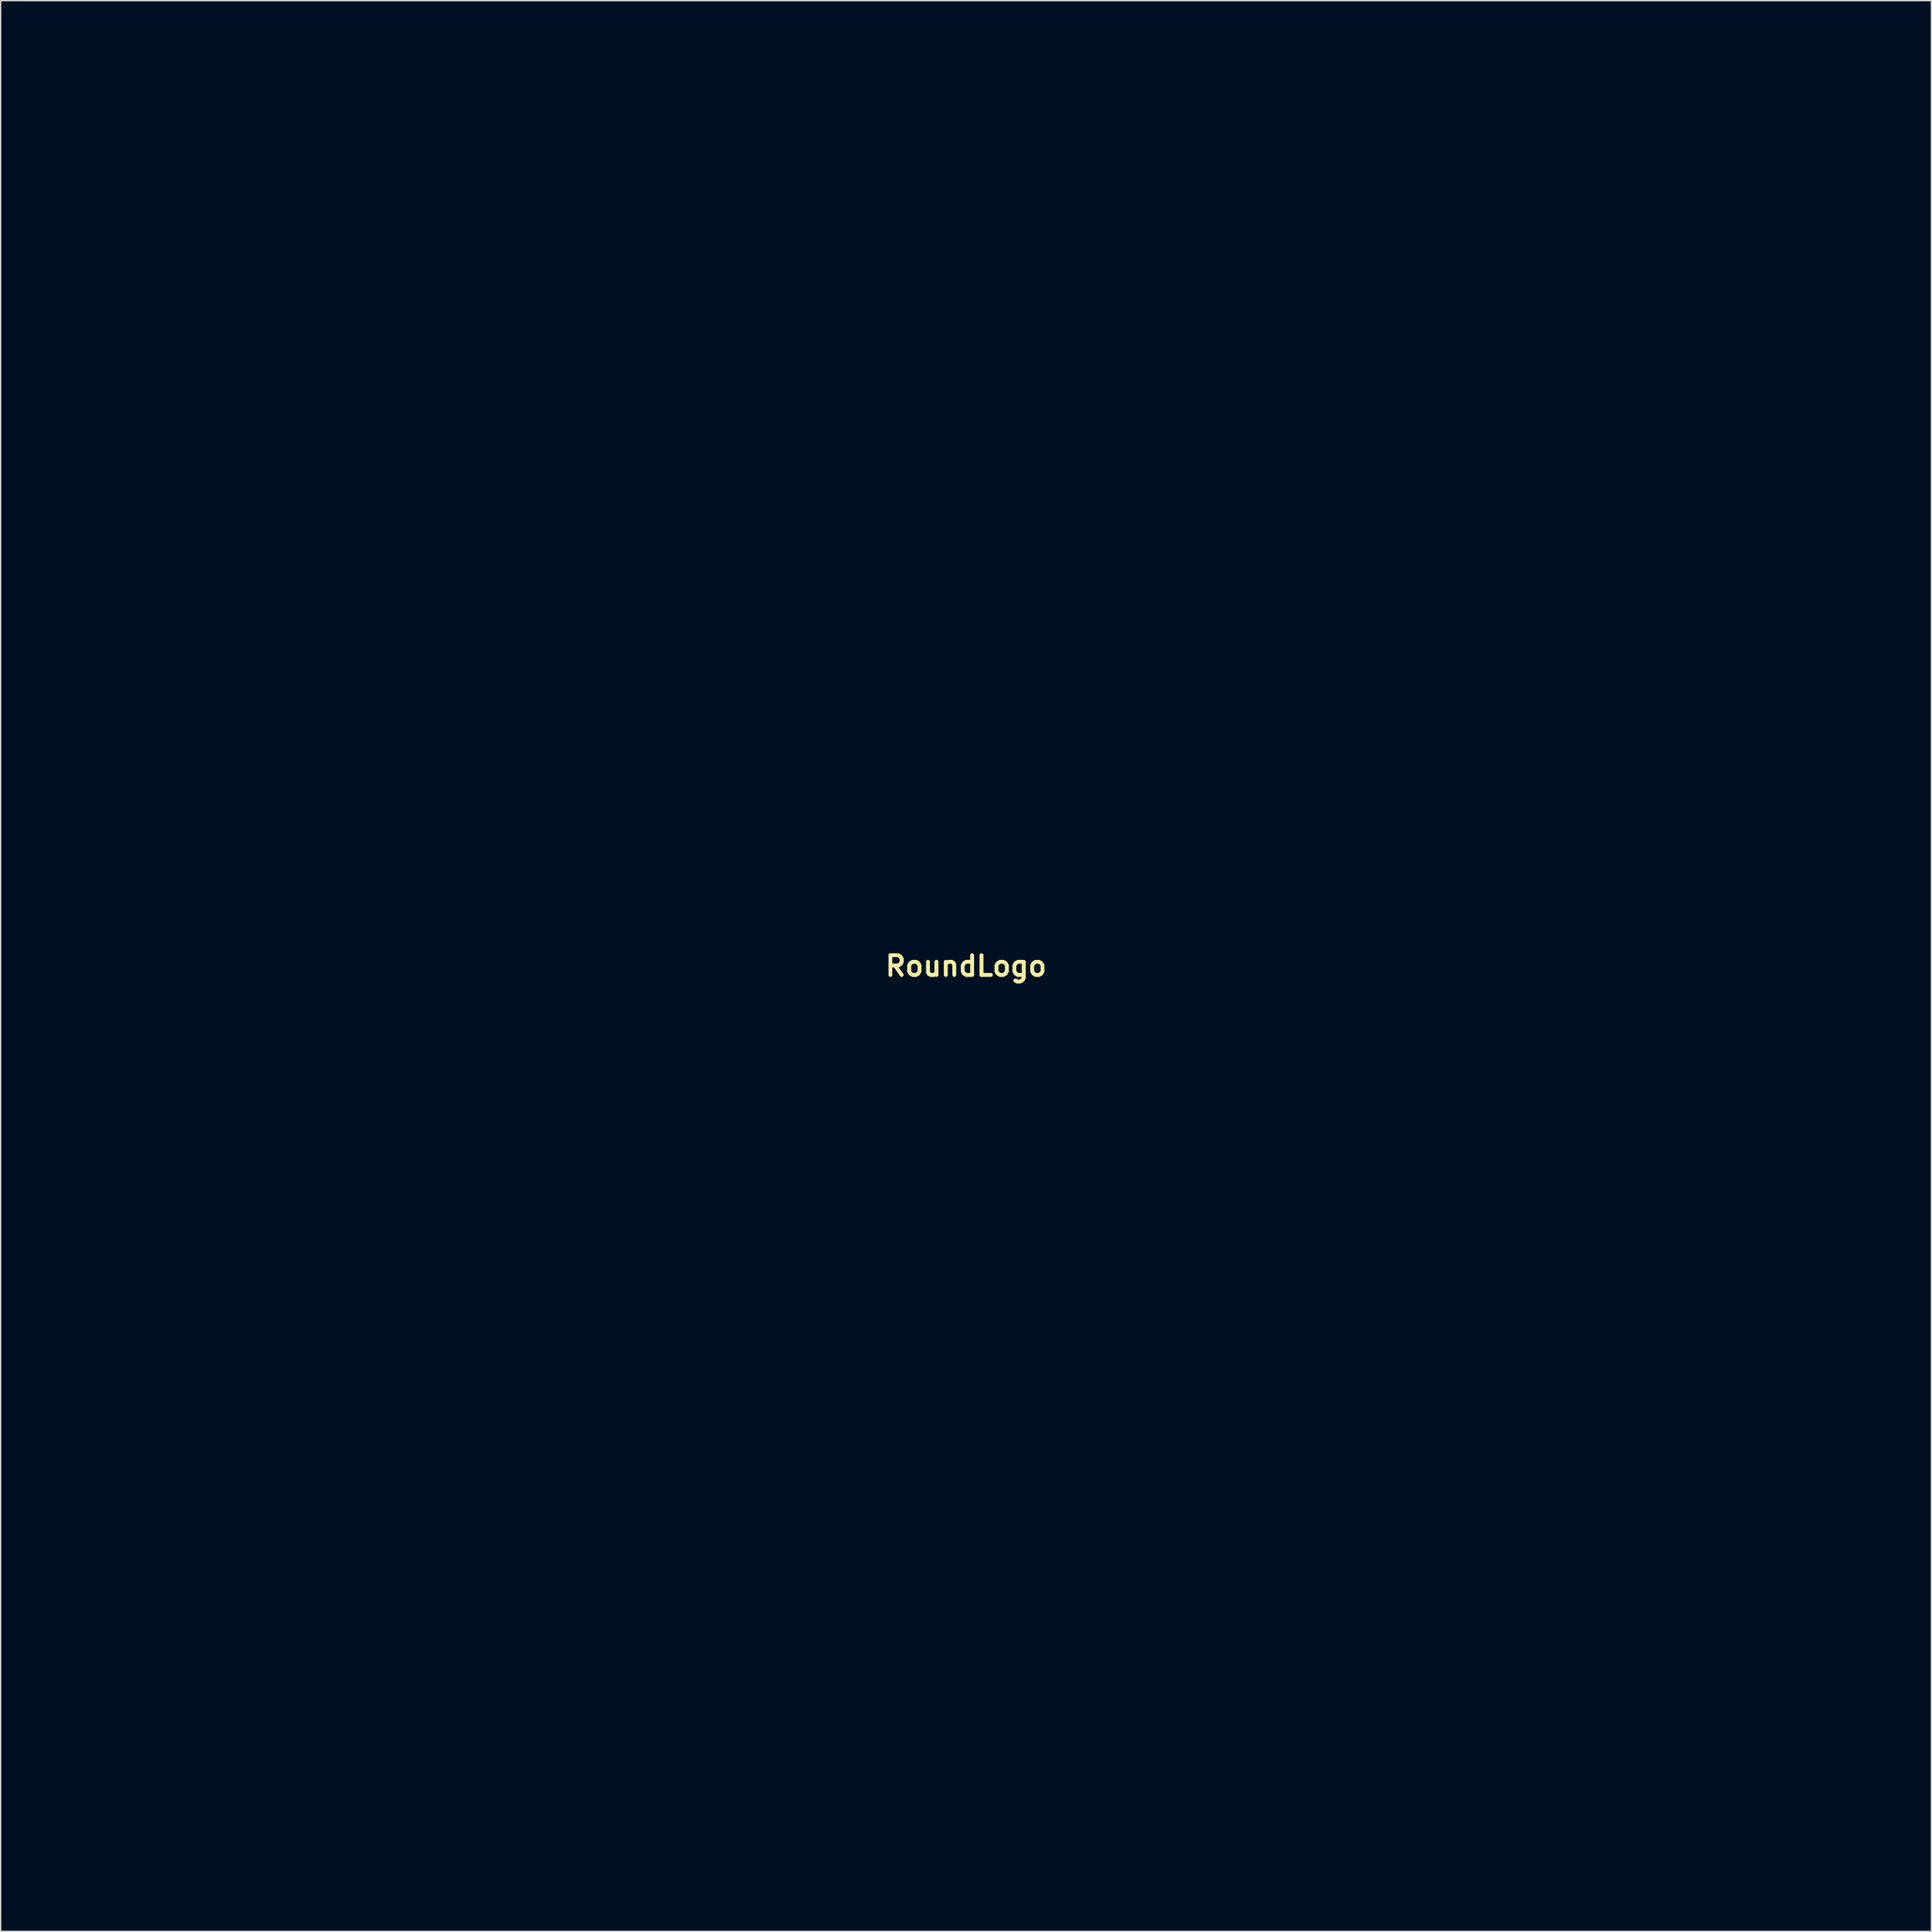
<source format=kicad_pcb>
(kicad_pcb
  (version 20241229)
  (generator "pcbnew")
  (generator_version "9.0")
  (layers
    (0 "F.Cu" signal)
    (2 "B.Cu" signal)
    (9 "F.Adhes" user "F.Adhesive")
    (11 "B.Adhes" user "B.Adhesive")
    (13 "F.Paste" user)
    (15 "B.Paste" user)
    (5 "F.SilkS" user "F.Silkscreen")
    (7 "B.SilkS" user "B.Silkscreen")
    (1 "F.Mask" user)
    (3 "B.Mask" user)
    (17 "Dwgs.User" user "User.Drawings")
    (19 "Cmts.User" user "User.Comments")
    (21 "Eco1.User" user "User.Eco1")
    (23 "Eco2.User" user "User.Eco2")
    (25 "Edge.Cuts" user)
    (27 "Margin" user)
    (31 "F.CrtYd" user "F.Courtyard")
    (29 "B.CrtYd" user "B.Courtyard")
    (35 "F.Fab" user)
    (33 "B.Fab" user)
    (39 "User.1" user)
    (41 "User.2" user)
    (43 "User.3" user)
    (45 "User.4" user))
  (footprint "RoundLogo"
    (layer "F.Cu")
    (at 71.601 71.601)
    (property "Reference" "RoundLogo" (at 0 0 0) (layer "F.SilkS") (effects (font (size 1.524 1.524) (thickness 0.3))))
    (attr through_hole)
    (fp_poly (pts (xy -26.686 5.054) (xy -26.077 5.135) (xy -25.476 5.274) (xy -24.888 5.47) (xy -24.319 5.723) (xy -23.93 5.937) (xy -23.423 6.272) (xy -22.944 6.657) (xy -22.503 7.082) (xy -22.105 7.541) (xy -21.76 8.025) (xy -21.718 8.092) (xy -21.402 8.658) (xy -21.147 9.24) (xy -20.954 9.838) (xy -20.821 10.454) (xy -20.748 11.089) (xy -20.733 11.558) (xy -20.763 12.196) (xy -20.853 12.817) (xy -21 13.419) (xy -21.201 13.997) (xy -21.455 14.549) (xy -21.758 15.072) (xy -22.108 15.563) (xy -22.502 16.02) (xy -22.939 16.439) (xy -23.416 16.818) (xy -23.93 17.154) (xy -24.479 17.443) (xy -25.06 17.684) (xy -25.671 17.872) (xy -26.194 17.986) (xy -26.352 18.007) (xy -26.559 18.025) (xy -26.798 18.039) (xy -27.055 18.049) (xy -27.314 18.054) (xy -27.558 18.053) (xy -27.774 18.047) (xy -27.946 18.036) (xy -27.972 18.033) (xy -28.607 17.925) (xy -29.22 17.759) (xy -29.807 17.539) (xy -30.366 17.266) (xy -30.894 16.944) (xy -31.388 16.574) (xy -31.844 16.161) (xy -32.259 15.706) (xy -32.631 15.212) (xy -32.956 14.682) (xy -33.231 14.119) (xy -33.454 13.525) (xy -33.56 13.158) (xy -33.68 12.575) (xy -33.745 11.971) (xy -33.756 11.36) (xy -33.712 10.752) (xy -33.613 10.161) (xy -33.573 9.987) (xy -33.386 9.368) (xy -33.143 8.777) (xy -32.845 8.217) (xy -32.494 7.689) (xy -32.093 7.198) (xy -31.642 6.744) (xy -31.144 6.331) (xy -30.797 6.087) (xy -30.259 5.769) (xy -29.697 5.507) (xy -29.115 5.303) (xy -28.518 5.155) (xy -27.912 5.064) (xy -27.299 5.031) (xy -26.686 5.054)) (stroke (width 0.01) (type solid)) (fill no) (layer "Eco2.User"))
    (fp_poly (pts (xy -25.432 26.617) (xy -25.057 26.638) (xy -24.719 26.676) (xy -24.389 26.733) (xy -24.043 26.813) (xy -23.975 26.831) (xy -23.377 27.022) (xy -22.805 27.269) (xy -22.263 27.567) (xy -21.755 27.914) (xy -21.282 28.305) (xy -20.848 28.739) (xy -20.457 29.211) (xy -20.11 29.717) (xy -19.812 30.255) (xy -19.565 30.82) (xy -19.371 31.41) (xy -19.235 32.022) (xy -19.196 32.285) (xy -19.145 32.92) (xy -19.155 33.549) (xy -19.225 34.167) (xy -19.353 34.771) (xy -19.536 35.357) (xy -19.773 35.922) (xy -20.061 36.461) (xy -20.4 36.972) (xy -20.786 37.45) (xy -21.217 37.892) (xy -21.693 38.295) (xy -22.211 38.654) (xy -22.768 38.966) (xy -22.812 38.988) (xy -23.398 39.241) (xy -24.002 39.434) (xy -24.629 39.568) (xy -24.696 39.579) (xy -24.888 39.602) (xy -25.122 39.62) (xy -25.381 39.633) (xy -25.646 39.64) (xy -25.9 39.641) (xy -26.125 39.635) (xy -26.283 39.624) (xy -26.92 39.526) (xy -27.538 39.368) (xy -28.134 39.153) (xy -28.705 38.884) (xy -29.247 38.562) (xy -29.755 38.19) (xy -30.228 37.771) (xy -30.659 37.305) (xy -31.047 36.797) (xy -31.216 36.538) (xy -31.521 35.991) (xy -31.766 35.426) (xy -31.954 34.847) (xy -32.084 34.258) (xy -32.159 33.663) (xy -32.178 33.067) (xy -32.143 32.473) (xy -32.054 31.885) (xy -31.913 31.307) (xy -31.72 30.743) (xy -31.476 30.197) (xy -31.182 29.674) (xy -30.84 29.176) (xy -30.449 28.709) (xy -30.01 28.276) (xy -29.526 27.881) (xy -29.264 27.697) (xy -28.718 27.371) (xy -28.145 27.102) (xy -27.549 26.89) (xy -26.935 26.737) (xy -26.309 26.644) (xy -25.674 26.612) (xy -25.432 26.617)) (stroke (width 0.01) (type solid)) (fill no) (layer "Eco2.User"))
    (fp_poly (pts (xy 7.972 -48.602) (xy 8.247 -48.588) (xy 8.487 -48.566) (xy 8.524 -48.561) (xy 9.147 -48.448) (xy 9.749 -48.277) (xy 10.327 -48.051) (xy 10.878 -47.773) (xy 11.398 -47.446) (xy 11.884 -47.072) (xy 12.334 -46.655) (xy 12.742 -46.197) (xy 13.107 -45.701) (xy 13.425 -45.171) (xy 13.692 -44.61) (xy 13.906 -44.019) (xy 13.988 -43.729) (xy 14.116 -43.106) (xy 14.183 -42.479) (xy 14.19 -41.852) (xy 14.137 -41.229) (xy 14.026 -40.616) (xy 13.857 -40.017) (xy 13.631 -39.438) (xy 13.349 -38.882) (xy 13.118 -38.509) (xy 12.737 -37.995) (xy 12.314 -37.525) (xy 11.852 -37.101) (xy 11.356 -36.724) (xy 10.829 -36.397) (xy 10.276 -36.122) (xy 9.7 -35.901) (xy 9.105 -35.735) (xy 8.496 -35.626) (xy 7.875 -35.577) (xy 7.248 -35.59) (xy 7.207 -35.593) (xy 6.565 -35.673) (xy 5.941 -35.813) (xy 5.34 -36.012) (xy 4.762 -36.268) (xy 4.211 -36.582) (xy 3.69 -36.95) (xy 3.2 -37.373) (xy 3.077 -37.494) (xy 2.637 -37.976) (xy 2.253 -38.489) (xy 1.926 -39.029) (xy 1.657 -39.595) (xy 1.445 -40.185) (xy 1.293 -40.798) (xy 1.2 -41.43) (xy 1.168 -42.082) (xy 1.168 -42.1) (xy 1.197 -42.747) (xy 1.287 -43.372) (xy 1.437 -43.979) (xy 1.647 -44.568) (xy 1.918 -45.14) (xy 2.251 -45.698) (xy 2.489 -46.038) (xy 2.647 -46.234) (xy 2.84 -46.453) (xy 3.053 -46.678) (xy 3.271 -46.893) (xy 3.479 -47.082) (xy 3.606 -47.187) (xy 4.132 -47.563) (xy 4.69 -47.885) (xy 5.276 -48.152) (xy 5.883 -48.362) (xy 6.509 -48.511) (xy 6.921 -48.576) (xy 7.138 -48.595) (xy 7.398 -48.606) (xy 7.683 -48.608) (xy 7.972 -48.602)) (stroke (width 0.01) (type solid)) (fill no) (layer "Eco2.User"))
    (fp_poly (pts (xy 18.507 -19.998) (xy 18.771 -19.989) (xy 19.007 -19.973) (xy 19.171 -19.955) (xy 19.808 -19.833) (xy 20.421 -19.654) (xy 21.009 -19.419) (xy 21.567 -19.13) (xy 22.093 -18.79) (xy 22.583 -18.402) (xy 23.034 -17.967) (xy 23.444 -17.487) (xy 23.809 -16.966) (xy 24.127 -16.404) (xy 24.161 -16.335) (xy 24.407 -15.76) (xy 24.597 -15.155) (xy 24.73 -14.522) (xy 24.801 -13.946) (xy 24.818 -13.386) (xy 24.78 -12.809) (xy 24.689 -12.228) (xy 24.547 -11.654) (xy 24.356 -11.097) (xy 24.161 -10.652) (xy 23.849 -10.086) (xy 23.49 -9.56) (xy 23.085 -9.075) (xy 22.638 -8.635) (xy 22.152 -8.24) (xy 21.631 -7.895) (xy 21.076 -7.6) (xy 20.492 -7.359) (xy 19.881 -7.173) (xy 19.247 -7.044) (xy 19.171 -7.033) (xy 18.999 -7.015) (xy 18.781 -7.002) (xy 18.533 -6.993) (xy 18.271 -6.99) (xy 18.013 -6.992) (xy 17.775 -6.999) (xy 17.575 -7.011) (xy 17.481 -7.021) (xy 16.874 -7.13) (xy 16.271 -7.299) (xy 15.686 -7.524) (xy 15.444 -7.636) (xy 14.886 -7.944) (xy 14.369 -8.297) (xy 13.895 -8.691) (xy 13.466 -9.122) (xy 13.082 -9.587) (xy 12.745 -10.083) (xy 12.455 -10.604) (xy 12.216 -11.149) (xy 12.027 -11.712) (xy 11.89 -12.29) (xy 11.806 -12.88) (xy 11.776 -13.478) (xy 11.803 -14.08) (xy 11.886 -14.682) (xy 12.028 -15.281) (xy 12.229 -15.873) (xy 12.449 -16.37) (xy 12.759 -16.929) (xy 13.118 -17.449) (xy 13.522 -17.929) (xy 13.969 -18.365) (xy 14.454 -18.757) (xy 14.975 -19.1) (xy 15.527 -19.393) (xy 16.107 -19.632) (xy 16.712 -19.817) (xy 17.339 -19.944) (xy 17.525 -19.969) (xy 17.722 -19.987) (xy 17.964 -19.997) (xy 18.231 -20.001) (xy 18.507 -19.998)) (stroke (width 0.01) (type solid)) (fill no) (layer "Eco2.User"))
    (fp_poly (pts (xy 30.773 16.117) (xy 31.046 16.128) (xy 31.288 16.146) (xy 31.479 16.171) (xy 31.994 16.277) (xy 32.468 16.411) (xy 32.924 16.578) (xy 33.379 16.785) (xy 33.401 16.796) (xy 33.959 17.111) (xy 34.479 17.475) (xy 34.958 17.886) (xy 35.394 18.339) (xy 35.784 18.831) (xy 36.125 19.36) (xy 36.415 19.922) (xy 36.651 20.513) (xy 36.799 21.005) (xy 36.92 21.597) (xy 36.985 22.208) (xy 36.993 22.828) (xy 36.946 23.448) (xy 36.841 24.057) (xy 36.794 24.257) (xy 36.611 24.846) (xy 36.369 25.416) (xy 36.073 25.963) (xy 35.726 26.481) (xy 35.331 26.966) (xy 34.892 27.413) (xy 34.412 27.817) (xy 33.903 28.168) (xy 33.362 28.467) (xy 32.791 28.714) (xy 32.195 28.906) (xy 31.584 29.042) (xy 30.963 29.121) (xy 30.34 29.14) (xy 29.851 29.112) (xy 29.228 29.021) (xy 28.625 28.872) (xy 28.045 28.667) (xy 27.491 28.41) (xy 26.965 28.103) (xy 26.471 27.751) (xy 26.012 27.354) (xy 25.591 26.918) (xy 25.212 26.444) (xy 24.876 25.936) (xy 24.588 25.396) (xy 24.351 24.829) (xy 24.167 24.236) (xy 24.04 23.62) (xy 24.019 23.47) (xy 23.994 23.226) (xy 23.979 22.943) (xy 23.974 22.641) (xy 23.977 22.339) (xy 23.99 22.056) (xy 24.012 21.811) (xy 24.019 21.755) (xy 24.141 21.11) (xy 24.321 20.492) (xy 24.557 19.903) (xy 24.85 19.342) (xy 25.199 18.811) (xy 25.603 18.309) (xy 25.811 18.086) (xy 26.286 17.641) (xy 26.791 17.251) (xy 27.327 16.916) (xy 27.894 16.637) (xy 28.493 16.412) (xy 29.126 16.241) (xy 29.48 16.171) (xy 29.676 16.146) (xy 29.919 16.128) (xy 30.193 16.117) (xy 30.483 16.114) (xy 30.773 16.117)) (stroke (width 0.01) (type solid)) (fill no) (layer "Eco2.User"))
    (fp_poly (pts (xy -51.108 -31.757) (xy -51.039 -31.701) (xy -50.93 -31.612) (xy -50.787 -31.492) (xy -50.612 -31.346) (xy -50.411 -31.176) (xy -50.187 -30.987) (xy -49.946 -30.783) (xy -49.772 -30.635) (xy -48.419 -29.485) (xy -48.419 -20.505) (xy -48.419 -19.754) (xy -48.419 -19.02) (xy -48.419 -18.305) (xy -48.419 -17.612) (xy -48.419 -16.943) (xy -48.42 -16.3) (xy -48.42 -15.687) (xy -48.42 -15.106) (xy -48.421 -14.559) (xy -48.421 -14.049) (xy -48.422 -13.579) (xy -48.422 -13.15) (xy -48.423 -12.766) (xy -48.423 -12.428) (xy -48.424 -12.141) (xy -48.424 -11.905) (xy -48.425 -11.723) (xy -48.426 -11.599) (xy -48.426 -11.535) (xy -48.427 -11.526) (xy -48.45 -11.547) (xy -48.516 -11.611) (xy -48.623 -11.715) (xy -48.767 -11.856) (xy -48.948 -12.032) (xy -49.161 -12.24) (xy -49.406 -12.479) (xy -49.679 -12.745) (xy -49.977 -13.037) (xy -50.3 -13.352) (xy -50.643 -13.688) (xy -51.005 -14.042) (xy -51.383 -14.412) (xy -51.776 -14.795) (xy -52.007 -15.021) (xy -52.418 -15.424) (xy -52.824 -15.822) (xy -53.222 -16.211) (xy -53.609 -16.59) (xy -53.982 -16.956) (xy -54.338 -17.304) (xy -54.673 -17.633) (xy -54.986 -17.939) (xy -55.272 -18.219) (xy -55.528 -18.471) (xy -55.753 -18.691) (xy -55.942 -18.877) (xy -56.092 -19.025) (xy -56.201 -19.132) (xy -56.224 -19.154) (xy -56.869 -19.791) (xy -56.736 -20.175) (xy -56.364 -21.201) (xy -55.951 -22.262) (xy -55.501 -23.347) (xy -55.02 -24.447) (xy -54.511 -25.552) (xy -53.98 -26.652) (xy -53.43 -27.736) (xy -52.867 -28.796) (xy -52.362 -29.702) (xy -52.278 -29.848) (xy -52.177 -30.023) (xy -52.062 -30.22) (xy -51.938 -30.431) (xy -51.809 -30.65) (xy -51.68 -30.868) (xy -51.555 -31.079) (xy -51.438 -31.275) (xy -51.334 -31.449) (xy -51.247 -31.593) (xy -51.181 -31.7) (xy -51.141 -31.764) (xy -51.132 -31.775) (xy -51.108 -31.757)) (stroke (width 0.01) (type solid)) (fill no) (layer "Eco2.User"))
    (fp_poly (pts (xy 1.648 11.279) (xy 1.91 11.286) (xy 2.161 11.299) (xy 2.384 11.315) (xy 2.566 11.336) (xy 2.635 11.347) (xy 3.279 11.497) (xy 3.886 11.699) (xy 4.46 11.953) (xy 5.003 12.261) (xy 5.517 12.625) (xy 6.006 13.046) (xy 6.07 13.107) (xy 6.498 13.563) (xy 6.878 14.056) (xy 7.209 14.581) (xy 7.489 15.133) (xy 7.715 15.708) (xy 7.886 16.299) (xy 7.999 16.903) (xy 8.054 17.514) (xy 8.047 18.126) (xy 8.039 18.248) (xy 7.954 18.903) (xy 7.811 19.533) (xy 7.611 20.139) (xy 7.353 20.719) (xy 7.038 21.27) (xy 6.668 21.792) (xy 6.243 22.282) (xy 6.24 22.285) (xy 5.776 22.726) (xy 5.274 23.116) (xy 4.738 23.454) (xy 4.171 23.738) (xy 3.576 23.968) (xy 2.957 24.14) (xy 2.407 24.241) (xy 2.239 24.259) (xy 2.025 24.272) (xy 1.782 24.28) (xy 1.525 24.284) (xy 1.27 24.282) (xy 1.035 24.276) (xy 0.836 24.265) (xy 0.73 24.254) (xy 0.122 24.146) (xy -0.479 23.979) (xy -1.062 23.758) (xy -1.615 23.487) (xy -1.81 23.374) (xy -2.114 23.175) (xy -2.432 22.936) (xy -2.751 22.67) (xy -3.056 22.39) (xy -3.334 22.107) (xy -3.571 21.833) (xy -3.624 21.765) (xy -3.992 21.232) (xy -4.302 20.673) (xy -4.558 20.085) (xy -4.758 19.465) (xy -4.905 18.813) (xy -4.911 18.779) (xy -4.936 18.583) (xy -4.954 18.341) (xy -4.965 18.066) (xy -4.968 17.777) (xy -4.965 17.487) (xy -4.954 17.213) (xy -4.936 16.971) (xy -4.911 16.78) (xy -4.767 16.126) (xy -4.569 15.504) (xy -4.317 14.914) (xy -4.01 14.358) (xy -3.65 13.834) (xy -3.235 13.345) (xy -3.074 13.178) (xy -2.594 12.741) (xy -2.082 12.359) (xy -1.538 12.032) (xy -0.964 11.76) (xy -0.361 11.544) (xy 0.271 11.385) (xy 0.776 11.301) (xy 0.938 11.287) (xy 1.147 11.278) (xy 1.389 11.276) (xy 1.648 11.279)) (stroke (width 0.01) (type solid)) (fill no) (layer "Eco2.User"))
    (fp_poly (pts (xy -71.561 2.365) (xy -71.46 4.493) (xy -71.296 6.613) (xy -71.07 8.724) (xy -70.781 10.824) (xy -70.43 12.913) (xy -70.018 14.99) (xy -69.544 17.053) (xy -69.009 19.101) (xy -68.413 21.132) (xy -67.757 23.146) (xy -67.04 25.142) (xy -66.263 27.118) (xy -65.427 29.073) (xy -64.843 30.351) (xy -63.95 32.181) (xy -62.998 33.997) (xy -61.99 35.794) (xy -60.928 37.565) (xy -59.817 39.305) (xy -58.659 41.01) (xy -57.457 42.674) (xy -57.233 42.974) (xy -55.923 44.66) (xy -54.566 46.305) (xy -53.164 47.906) (xy -51.718 49.463) (xy -50.229 50.975) (xy -48.697 52.441) (xy -47.125 53.86) (xy -45.513 55.231) (xy -43.862 56.554) (xy -42.174 57.827) (xy -40.449 59.051) (xy -38.688 60.223) (xy -36.894 61.343) (xy -35.066 62.409) (xy -33.206 63.423) (xy -31.315 64.381) (xy -29.395 65.284) (xy -28.131 65.841) (xy -26.166 66.649) (xy -24.182 67.397) (xy -22.179 68.085) (xy -20.158 68.711) (xy -18.12 69.277) (xy -16.065 69.782) (xy -13.995 70.226) (xy -11.911 70.609) (xy -9.812 70.929) (xy -7.701 71.188) (xy -5.578 71.385) (xy -3.443 71.52) (xy -2.445 71.562) (xy -2.446 71.563) (xy -2.509 71.564) (xy -2.633 71.565) (xy -2.817 71.566) (xy -3.06 71.567) (xy -3.36 71.568) (xy -3.716 71.569) (xy -4.126 71.57) (xy -4.59 71.571) (xy -5.107 71.572) (xy -5.674 71.573) (xy -6.291 71.574) (xy -6.957 71.575) (xy -7.67 71.576) (xy -8.429 71.577) (xy -9.233 71.578) (xy -10.081 71.579) (xy -10.971 71.579) (xy -11.901 71.58) (xy -12.872 71.581) (xy -13.881 71.582) (xy -14.928 71.583) (xy -16.01 71.583) (xy -17.128 71.584) (xy -18.279 71.585) (xy -19.462 71.586) (xy -20.677 71.586) (xy -21.921 71.587) (xy -23.194 71.587) (xy -24.494 71.588) (xy -25.82 71.589) (xy -27.171 71.589) (xy -28.546 71.589) (xy -29.943 71.59) (xy -31.361 71.59) (xy -32.799 71.591) (xy -34.256 71.591) (xy -35.73 71.591) (xy -36.663 71.591) (xy -71.596 71.596) (xy -71.591 36.6) (xy -71.591 35.114) (xy -71.591 33.646) (xy -71.59 32.195) (xy -71.59 30.763) (xy -71.59 29.352) (xy -71.589 27.962) (xy -71.589 26.595) (xy -71.588 25.253) (xy -71.588 23.935) (xy -71.587 22.645) (xy -71.587 21.382) (xy -71.586 20.148) (xy -71.585 18.945) (xy -71.585 17.773) (xy -71.584 16.634) (xy -71.583 15.529) (xy -71.582 14.46) (xy -71.582 13.427) (xy -71.581 12.431) (xy -71.58 11.475) (xy -71.579 10.559) (xy -71.578 9.685) (xy -71.577 8.853) (xy -71.576 8.066) (xy -71.575 7.323) (xy -71.574 6.628) (xy -71.574 5.979) (xy -71.573 5.38) (xy -71.572 4.832) (xy -71.571 4.334) (xy -71.57 3.89) (xy -71.568 3.499) (xy -71.567 3.163) (xy -71.566 2.884) (xy -71.565 2.663) (xy -71.564 2.501) (xy -71.563 2.399) (xy -71.562 2.358) (xy -71.561 2.365)) (stroke (width 0.01) (type solid)) (fill no) (layer "Eco2.User"))
    (fp_poly (pts (xy -36.759 -71.59) (xy -35.274 -71.59) (xy -33.805 -71.589) (xy -32.353 -71.589) (xy -30.919 -71.589) (xy -29.505 -71.588) (xy -28.112 -71.588) (xy -26.741 -71.588) (xy -25.394 -71.587) (xy -24.071 -71.587) (xy -22.775 -71.587) (xy -21.505 -71.586) (xy -20.264 -71.586) (xy -19.053 -71.585) (xy -17.873 -71.585) (xy -16.726 -71.585) (xy -15.611 -71.584) (xy -14.532 -71.584) (xy -13.489 -71.583) (xy -12.484 -71.583) (xy -11.517 -71.583) (xy -10.59 -71.582) (xy -9.704 -71.582) (xy -8.861 -71.581) (xy -8.061 -71.581) (xy -7.307 -71.58) (xy -6.599 -71.58) (xy -5.938 -71.58) (xy -5.327 -71.579) (xy -4.765 -71.579) (xy -4.255 -71.578) (xy -3.798 -71.578) (xy -3.394 -71.577) (xy -3.046 -71.577) (xy -2.754 -71.577) (xy -2.52 -71.576) (xy -2.345 -71.576) (xy -2.231 -71.576) (xy -2.178 -71.575) (xy -2.175 -71.575) (xy -4.276 -71.477) (xy -6.348 -71.323) (xy -8.395 -71.114) (xy -10.421 -70.849) (xy -12.429 -70.527) (xy -14.423 -70.147) (xy -16.407 -69.709) (xy -18.384 -69.212) (xy -20.359 -68.656) (xy -20.733 -68.545) (xy -22.698 -67.918) (xy -24.652 -67.23) (xy -26.593 -66.482) (xy -28.516 -65.675) (xy -30.419 -64.812) (xy -32.297 -63.894) (xy -34.147 -62.922) (xy -35.966 -61.898) (xy -37.75 -60.824) (xy -37.878 -60.744) (xy -39.652 -59.597) (xy -41.393 -58.396) (xy -43.1 -57.143) (xy -44.77 -55.839) (xy -46.403 -54.486) (xy -47.996 -53.085) (xy -49.548 -51.638) (xy -51.057 -50.146) (xy -52.523 -48.611) (xy -53.942 -47.034) (xy -55.314 -45.416) (xy -56.637 -43.76) (xy -57.674 -42.388) (xy -58.912 -40.655) (xy -60.095 -38.89) (xy -61.223 -37.096) (xy -62.295 -35.272) (xy -63.311 -33.421) (xy -64.27 -31.543) (xy -65.173 -29.639) (xy -66.018 -27.712) (xy -66.805 -25.762) (xy -67.535 -23.79) (xy -68.205 -21.797) (xy -68.817 -19.786) (xy -69.369 -17.756) (xy -69.861 -15.71) (xy -70.293 -13.648) (xy -70.664 -11.571) (xy -70.973 -9.482) (xy -71.222 -7.381) (xy -71.408 -5.268) (xy -71.532 -3.147) (xy -71.561 -2.381) (xy -71.562 -2.38) (xy -71.563 -2.44) (xy -71.564 -2.562) (xy -71.565 -2.743) (xy -71.566 -2.983) (xy -71.567 -3.28) (xy -71.568 -3.634) (xy -71.569 -4.042) (xy -71.571 -4.503) (xy -71.572 -5.017) (xy -71.573 -5.582) (xy -71.574 -6.197) (xy -71.575 -6.861) (xy -71.576 -7.571) (xy -71.576 -8.328) (xy -71.577 -9.13) (xy -71.578 -9.975) (xy -71.579 -10.863) (xy -71.58 -11.792) (xy -71.581 -12.761) (xy -71.582 -13.768) (xy -71.583 -14.813) (xy -71.583 -15.894) (xy -71.584 -17.01) (xy -71.585 -18.159) (xy -71.586 -19.341) (xy -71.586 -20.554) (xy -71.587 -21.797) (xy -71.587 -23.069) (xy -71.588 -24.369) (xy -71.589 -25.694) (xy -71.589 -27.045) (xy -71.589 -28.419) (xy -71.59 -29.816) (xy -71.59 -31.234) (xy -71.591 -32.672) (xy -71.591 -34.128) (xy -71.591 -35.603) (xy -71.591 -36.6) (xy -71.596 -71.596) (xy -36.759 -71.59)) (stroke (width 0.01) (type solid)) (fill no) (layer "Eco2.User"))
    (fp_poly (pts (xy 71.575 2.292) (xy 71.576 2.376) (xy 71.576 2.522) (xy 71.577 2.726) (xy 71.577 2.99) (xy 71.577 3.31) (xy 71.578 3.686) (xy 71.578 4.117) (xy 71.579 4.601) (xy 71.579 5.138) (xy 71.58 5.725) (xy 71.58 6.361) (xy 71.58 7.046) (xy 71.581 7.777) (xy 71.581 8.555) (xy 71.582 9.376) (xy 71.582 10.241) (xy 71.583 11.148) (xy 71.583 12.095) (xy 71.583 13.082) (xy 71.584 14.106) (xy 71.584 15.167) (xy 71.585 16.264) (xy 71.585 17.395) (xy 71.585 18.559) (xy 71.586 19.755) (xy 71.586 20.981) (xy 71.587 22.236) (xy 71.587 23.519) (xy 71.587 24.829) (xy 71.588 26.163) (xy 71.588 27.522) (xy 71.588 28.904) (xy 71.589 30.307) (xy 71.589 31.73) (xy 71.589 33.172) (xy 71.59 34.632) (xy 71.59 36.108) (xy 71.59 36.822) (xy 71.596 71.596) (xy 36.679 71.59) (xy 35.193 71.59) (xy 33.722 71.589) (xy 32.269 71.589) (xy 30.834 71.589) (xy 29.418 71.588) (xy 28.024 71.588) (xy 26.651 71.588) (xy 25.302 71.587) (xy 23.978 71.587) (xy 22.68 71.586) (xy 21.409 71.586) (xy 20.167 71.586) (xy 18.954 71.585) (xy 17.773 71.585) (xy 16.623 71.585) (xy 15.508 71.584) (xy 14.427 71.584) (xy 13.383 71.583) (xy 12.376 71.583) (xy 11.407 71.582) (xy 10.479 71.582) (xy 9.591 71.582) (xy 8.747 71.581) (xy 7.945 71.581) (xy 7.189 71.58) (xy 6.48 71.58) (xy 5.818 71.58) (xy 5.204 71.579) (xy 4.641 71.579) (xy 4.129 71.578) (xy 3.67 71.578) (xy 3.265 71.577) (xy 2.914 71.577) (xy 2.621 71.577) (xy 2.385 71.576) (xy 2.208 71.576) (xy 2.091 71.576) (xy 2.036 71.575) (xy 2.032 71.575) (xy 4.192 71.478) (xy 6.333 71.32) (xy 8.454 71.102) (xy 10.557 70.824) (xy 12.643 70.484) (xy 14.712 70.084) (xy 16.764 69.623) (xy 18.801 69.101) (xy 20.824 68.517) (xy 22.832 67.872) (xy 24.826 67.165) (xy 26.524 66.511) (xy 28.475 65.697) (xy 30.399 64.826) (xy 32.295 63.899) (xy 34.161 62.917) (xy 35.996 61.882) (xy 37.799 60.793) (xy 39.569 59.652) (xy 41.304 58.46) (xy 43.004 57.217) (xy 44.667 55.926) (xy 46.292 54.587) (xy 47.877 53.2) (xy 49.423 51.768) (xy 50.926 50.29) (xy 52.387 48.768) (xy 53.803 47.202) (xy 55.174 45.595) (xy 56.499 43.946) (xy 57.776 42.257) (xy 59.003 40.529) (xy 59.59 39.663) (xy 60.752 37.865) (xy 61.856 36.04) (xy 62.904 34.188) (xy 63.893 32.31) (xy 64.825 30.408) (xy 65.698 28.483) (xy 66.513 26.534) (xy 67.269 24.564) (xy 67.965 22.573) (xy 68.602 20.562) (xy 69.178 18.532) (xy 69.694 16.484) (xy 70.15 14.418) (xy 70.545 12.336) (xy 70.878 10.239) (xy 71.149 8.128) (xy 71.224 7.445) (xy 71.29 6.776) (xy 71.35 6.111) (xy 71.403 5.439) (xy 71.45 4.749) (xy 71.493 4.031) (xy 71.532 3.273) (xy 71.567 2.465) (xy 71.575 2.27) (xy 71.575 2.292)) (stroke (width 0.01) (type solid)) (fill no) (layer "Eco2.User"))
    (fp_poly (pts (xy 71.596 -36.83) (xy 71.596 -35.345) (xy 71.596 -33.876) (xy 71.596 -32.423) (xy 71.596 -30.989) (xy 71.596 -29.573) (xy 71.596 -28.178) (xy 71.596 -26.805) (xy 71.596 -25.455) (xy 71.595 -24.13) (xy 71.595 -22.83) (xy 71.595 -21.557) (xy 71.595 -20.312) (xy 71.595 -19.097) (xy 71.594 -17.912) (xy 71.594 -16.76) (xy 71.594 -15.641) (xy 71.594 -14.557) (xy 71.593 -13.509) (xy 71.593 -12.498) (xy 71.593 -11.525) (xy 71.593 -10.592) (xy 71.592 -9.701) (xy 71.592 -8.851) (xy 71.591 -8.046) (xy 71.591 -7.285) (xy 71.591 -6.571) (xy 71.59 -5.904) (xy 71.59 -5.285) (xy 71.59 -4.717) (xy 71.589 -4.201) (xy 71.589 -3.737) (xy 71.588 -3.326) (xy 71.588 -2.971) (xy 71.587 -2.673) (xy 71.587 -2.432) (xy 71.587 -2.251) (xy 71.586 -2.13) (xy 71.586 -2.07) (xy 71.585 -2.064) (xy 71.581 -2.094) (xy 71.576 -2.179) (xy 71.57 -2.309) (xy 71.563 -2.475) (xy 71.556 -2.67) (xy 71.553 -2.77) (xy 71.526 -3.488) (xy 71.485 -4.255) (xy 71.432 -5.059) (xy 71.368 -5.889) (xy 71.293 -6.732) (xy 71.209 -7.575) (xy 71.117 -8.407) (xy 71.042 -9.029) (xy 70.745 -11.13) (xy 70.386 -13.218) (xy 69.965 -15.292) (xy 69.483 -17.351) (xy 68.941 -19.393) (xy 68.338 -21.418) (xy 67.675 -23.423) (xy 66.953 -25.408) (xy 66.173 -27.371) (xy 65.333 -29.311) (xy 64.436 -31.228) (xy 63.481 -33.118) (xy 62.469 -34.982) (xy 61.507 -36.639) (xy 60.382 -38.459) (xy 59.204 -40.241) (xy 57.975 -41.987) (xy 56.696 -43.695) (xy 55.366 -45.364) (xy 53.988 -46.994) (xy 52.561 -48.583) (xy 51.087 -50.13) (xy 49.566 -51.635) (xy 47.999 -53.096) (xy 47.181 -53.826) (xy 45.564 -55.204) (xy 43.908 -56.533) (xy 42.214 -57.811) (xy 40.483 -59.039) (xy 38.718 -60.214) (xy 36.92 -61.337) (xy 35.089 -62.406) (xy 33.229 -63.42) (xy 31.339 -64.378) (xy 29.423 -65.28) (xy 27.481 -66.124) (xy 26.337 -66.59) (xy 24.352 -67.343) (xy 22.347 -68.036) (xy 20.324 -68.668) (xy 18.285 -69.239) (xy 16.229 -69.75) (xy 14.158 -70.199) (xy 12.074 -70.587) (xy 9.978 -70.913) (xy 7.87 -71.176) (xy 5.752 -71.378) (xy 3.624 -71.517) (xy 2.619 -71.561) (xy 2.621 -71.562) (xy 2.685 -71.563) (xy 2.81 -71.564) (xy 2.995 -71.565) (xy 3.238 -71.566) (xy 3.538 -71.567) (xy 3.895 -71.569) (xy 4.306 -71.57) (xy 4.77 -71.571) (xy 5.287 -71.572) (xy 5.855 -71.573) (xy 6.473 -71.574) (xy 7.139 -71.575) (xy 7.853 -71.576) (xy 8.612 -71.577) (xy 9.417 -71.578) (xy 10.264 -71.578) (xy 11.154 -71.579) (xy 12.085 -71.58) (xy 13.056 -71.581) (xy 14.066 -71.582) (xy 15.112 -71.583) (xy 16.195 -71.583) (xy 17.312 -71.584) (xy 18.463 -71.585) (xy 19.646 -71.586) (xy 20.861 -71.586) (xy 22.105 -71.587) (xy 23.377 -71.588) (xy 24.677 -71.588) (xy 26.003 -71.589) (xy 27.353 -71.589) (xy 28.727 -71.59) (xy 30.124 -71.59) (xy 31.541 -71.59) (xy 32.978 -71.591) (xy 34.434 -71.591) (xy 35.907 -71.591) (xy 36.759 -71.591) (xy 71.596 -71.596) (xy 71.596 -36.83)) (stroke (width 0.01) (type solid)) (fill no) (layer "Eco2.User"))
    (fp_poly (pts (xy 2.884 -60.154) (xy 4.815 -60.033) (xy 5.144 -60.006) (xy 7.073 -59.811) (xy 8.989 -59.554) (xy 10.892 -59.237) (xy 12.78 -58.858) (xy 14.651 -58.42) (xy 16.504 -57.923) (xy 18.338 -57.367) (xy 20.152 -56.753) (xy 21.944 -56.083) (xy 23.713 -55.355) (xy 25.458 -54.572) (xy 27.177 -53.733) (xy 28.87 -52.84) (xy 30.534 -51.893) (xy 32.168 -50.893) (xy 33.772 -49.84) (xy 35.344 -48.735) (xy 36.882 -47.579) (xy 38.385 -46.373) (xy 39.853 -45.116) (xy 41.283 -43.81) (xy 42.674 -42.456) (xy 44.025 -41.053) (xy 45.277 -39.671) (xy 46.539 -38.185) (xy 47.75 -36.663) (xy 48.909 -35.106) (xy 50.015 -33.516) (xy 51.068 -31.893) (xy 52.067 -30.24) (xy 53.012 -28.557) (xy 53.902 -26.847) (xy 54.735 -25.11) (xy 55.513 -23.348) (xy 56.233 -21.562) (xy 56.896 -19.754) (xy 57.5 -17.926) (xy 58.046 -16.077) (xy 58.532 -14.211) (xy 58.957 -12.328) (xy 59.322 -10.43) (xy 59.626 -8.518) (xy 59.752 -7.572) (xy 59.864 -6.637) (xy 59.958 -5.735) (xy 60.036 -4.852) (xy 60.099 -3.975) (xy 60.147 -3.092) (xy 60.181 -2.189) (xy 60.202 -1.252) (xy 60.211 -0.27) (xy 60.212 0) (xy 60.211 0.517) (xy 60.209 0.981) (xy 60.204 1.402) (xy 60.198 1.791) (xy 60.189 2.158) (xy 60.176 2.514) (xy 60.161 2.869) (xy 60.142 3.232) (xy 60.119 3.616) (xy 60.092 4.029) (xy 60.084 4.143) (xy 59.919 6.091) (xy 59.691 8.027) (xy 59.402 9.95) (xy 59.051 11.859) (xy 58.639 13.753) (xy 58.167 15.63) (xy 57.634 17.489) (xy 57.042 19.33) (xy 56.39 21.15) (xy 55.679 22.95) (xy 54.91 24.727) (xy 54.082 26.48) (xy 53.197 28.209) (xy 52.254 29.912) (xy 51.254 31.588) (xy 50.198 33.236) (xy 49.954 33.601) (xy 48.836 35.202) (xy 47.668 36.765) (xy 46.451 38.288) (xy 45.185 39.772) (xy 43.872 41.213) (xy 42.514 42.612) (xy 41.111 43.967) (xy 39.665 45.276) (xy 38.176 46.54) (xy 36.647 47.755) (xy 35.078 48.922) (xy 33.47 50.039) (xy 33.401 50.085) (xy 31.764 51.143) (xy 30.096 52.145) (xy 28.4 53.092) (xy 26.677 53.981) (xy 24.928 54.814) (xy 23.155 55.589) (xy 21.359 56.306) (xy 19.542 56.964) (xy 17.704 57.563) (xy 15.848 58.102) (xy 13.974 58.582) (xy 12.085 59) (xy 10.181 59.358) (xy 8.263 59.653) (xy 6.715 59.846) (xy 5.562 59.962) (xy 4.377 60.057) (xy 3.174 60.131) (xy 1.969 60.183) (xy 0.776 60.213) (xy -0.391 60.22) (xy -1.516 60.204) (xy -1.718 60.198) (xy -3.691 60.107) (xy -5.651 59.954) (xy -7.598 59.739) (xy -9.53 59.462) (xy -11.449 59.123) (xy -13.352 58.723) (xy -15.239 58.262) (xy -17.111 57.74) (xy -18.965 57.156) (xy -20.803 56.512) (xy -22.622 55.806) (xy -24.422 55.04) (xy -25.098 54.735) (xy -25.327 54.628) (xy -25.601 54.497) (xy -25.911 54.347) (xy -26.247 54.182) (xy -26.597 54.008) (xy -26.953 53.831) (xy -27.303 53.655) (xy -27.637 53.485) (xy -27.945 53.327) (xy -28.216 53.185) (xy -28.436 53.068) (xy -30.158 52.103) (xy -31.839 51.089) (xy -33.48 50.026) (xy -35.082 48.913) (xy -36.646 47.75) (xy -38.172 46.536) (xy -39.662 45.27) (xy -41.116 43.952) (xy -41.196 43.877) (xy -41.627 43.467) (xy -42.085 43.02) (xy -42.56 42.547) (xy -43.041 42.059) (xy -43.518 41.567) (xy -43.981 41.081) (xy -44.419 40.611) (xy -44.821 40.17) (xy -44.912 40.069) (xy -46.191 38.588) (xy -47.419 37.07) (xy -48.595 35.518) (xy -49.719 33.931) (xy -50.79 32.311) (xy -51.806 30.66) (xy -52.768 28.979) (xy -53.676 27.269) (xy -54.527 25.531) (xy -55.321 23.767) (xy -56.059 21.979) (xy -56.739 20.166) (xy -57.36 18.332) (xy -57.922 16.476) (xy -58.424 14.601) (xy -58.797 13.018) (xy -59.148 11.314) (xy -59.451 9.581) (xy -59.706 7.832) (xy -59.91 6.082) (xy -60.06 4.345) (xy -60.085 3.985) (xy -60.163 2.493) (xy -60.204 0.971) (xy -60.209 -0.561) (xy -60.178 -2.085) (xy -60.11 -3.582) (xy -60.085 -3.985) (xy -59.926 -5.924) (xy -59.704 -7.856) (xy -59.419 -9.78) (xy -59.071 -11.697) (xy -58.659 -13.606) (xy -58.185 -15.508) (xy -57.921 -16.468) (xy -57.676 -17.33) (xy -57.469 -17.142) (xy -57.425 -17.101) (xy -57.339 -17.018) (xy -57.211 -16.894) (xy -57.046 -16.733) (xy -56.844 -16.537) (xy -56.609 -16.307) (xy -56.342 -16.047) (xy -56.046 -15.758) (xy -55.723 -15.442) (xy -55.376 -15.102) (xy -55.006 -14.741) (xy -54.616 -14.36) (xy -54.209 -13.961) (xy -53.787 -13.548) (xy -53.352 -13.121) (xy -52.906 -12.684) (xy -52.848 -12.627) (xy -48.435 -8.3) (xy -48.425 0.827) (xy -48.424 1.785) (xy -48.424 2.681) (xy -48.423 3.518) (xy -48.423 4.295) (xy -48.423 5.016) (xy -48.423 5.681) (xy -48.423 6.293) (xy -48.424 6.853) (xy -48.425 7.362) (xy -48.426 7.823) (xy -48.427 8.236) (xy -48.428 8.604) (xy -48.43 8.928) (xy -48.432 9.21) (xy -48.434 9.451) (xy -48.437 9.653) (xy -48.44 9.818) (xy -48.443 9.947) (xy -48.446 10.042) (xy -48.45 10.105) (xy -48.453 10.136) (xy -48.473 10.268) (xy -48.469 10.376) (xy -48.449 10.468) (xy -48.432 10.517) (xy -48.406 10.568) (xy -48.365 10.627) (xy -48.305 10.701) (xy -48.22 10.794) (xy -48.105 10.914) (xy -47.953 11.066) (xy -47.781 11.238) (xy -47.707 11.311) (xy -47.592 11.428) (xy -47.435 11.585) (xy -47.24 11.783) (xy -47.008 12.018) (xy -46.741 12.288) (xy -46.441 12.592) (xy -46.11 12.928) (xy -45.75 13.294) (xy -45.362 13.687) (xy -44.949 14.107) (xy -44.513 14.55) (xy -44.054 15.015) (xy -43.577 15.501) (xy -43.081 16.004) (xy -42.57 16.524) (xy -42.045 17.058) (xy -41.507 17.604) (xy -40.96 18.161) (xy -40.405 18.726) (xy -40.305 18.828) (xy -39.748 19.395) (xy -39.198 19.954) (xy -38.658 20.504) (xy -38.129 21.042) (xy -37.613 21.566) (xy -37.113 22.075) (xy -36.63 22.566) (xy -36.166 23.037) (xy -35.724 23.488) (xy -35.304 23.914) (xy -34.909 24.316) (xy -34.541 24.69) (xy -34.202 25.034) (xy -33.894 25.348) (xy -33.618 25.628) (xy -33.377 25.873) (xy -33.172 26.08) (xy -33.005 26.249) (xy -32.879 26.377) (xy -32.796 26.462) (xy -32.786 26.471) (xy -32.117 27.145) (xy -32.247 27.281) (xy -32.407 27.459) (xy -32.586 27.679) (xy -32.774 27.927) (xy -32.959 28.19) (xy -33.034 28.301) (xy -33.418 28.938) (xy -33.743 29.598) (xy -34.01 30.282) (xy -34.218 30.992) (xy -34.369 31.727) (xy -34.452 32.369) (xy -34.466 32.581) (xy -34.473 32.837) (xy -34.474 33.123) (xy -34.469 33.42) (xy -34.457 33.713) (xy -34.441 33.986) (xy -34.42 34.222) (xy -34.405 34.338) (xy -34.262 35.091) (xy -34.064 35.814) (xy -33.809 36.508) (xy -33.498 37.174) (xy -33.13 37.812) (xy -33.022 37.978) (xy -32.815 38.281) (xy -32.621 38.544) (xy -32.425 38.787) (xy -32.214 39.026) (xy -31.971 39.279) (xy -31.894 39.357) (xy -31.34 39.87) (xy -30.756 40.327) (xy -30.141 40.729) (xy -29.496 41.075) (xy -28.819 41.367) (xy -28.111 41.603) (xy -27.369 41.785) (xy -26.94 41.864) (xy -26.731 41.89) (xy -26.473 41.91) (xy -26.182 41.925) (xy -25.871 41.934) (xy -25.557 41.936) (xy -25.253 41.932) (xy -24.974 41.921) (xy -24.736 41.903) (xy -24.686 41.897) (xy -23.936 41.779) (xy -23.208 41.602) (xy -22.503 41.366) (xy -21.825 41.073) (xy -21.175 40.724) (xy -20.554 40.32) (xy -19.965 39.86) (xy -19.415 39.354) (xy -18.907 38.801) (xy -18.452 38.213) (xy -18.05 37.593) (xy -17.703 36.942) (xy -17.412 36.263) (xy -17.178 35.558) (xy -17.003 34.829) (xy -16.954 34.56) (xy -16.865 33.835) (xy -16.839 33.099) (xy -16.873 32.358) (xy -16.969 31.615) (xy -16.969 31.615) (xy -17.124 30.897) (xy -17.337 30.2) (xy -17.605 29.528) (xy -17.927 28.883) (xy -18.299 28.268) (xy -18.719 27.686) (xy -19.185 27.14) (xy -19.693 26.633) (xy -20.243 26.167) (xy -20.83 25.747) (xy -21.452 25.374) (xy -22.107 25.052) (xy -22.793 24.783) (xy -22.937 24.735) (xy -23.652 24.536) (xy -24.379 24.398) (xy -25.114 24.322) (xy -25.853 24.308) (xy -26.591 24.355) (xy -27.325 24.465) (xy -28.009 24.625) (xy -28.441 24.76) (xy -28.897 24.931) (xy -29.354 25.127) (xy -29.791 25.341) (xy -30.107 25.516) (xy -30.353 25.66) (xy -31.096 24.903) (xy -31.178 24.82) (xy -31.302 24.694) (xy -31.467 24.526) (xy -31.671 24.319) (xy -31.912 24.074) (xy -32.187 23.794) (xy -32.496 23.48) (xy -32.837 23.134) (xy -33.206 22.759) (xy -33.603 22.356) (xy -34.025 21.927) (xy -34.471 21.474) (xy -34.939 20.999) (xy -35.427 20.504) (xy -35.932 19.99) (xy -36.453 19.461) (xy -36.989 18.917) (xy -37.537 18.361) (xy -38.095 17.794) (xy -38.661 17.219) (xy -38.984 16.891) (xy -46.128 9.636) (xy -46.131 1.799) (xy -46.133 -6.038) (xy -45.661 -5.583) (xy -45.595 -5.519) (xy -45.487 -5.414) (xy -45.337 -5.268) (xy -45.148 -5.084) (xy -44.923 -4.864) (xy -44.663 -4.61) (xy -44.371 -4.324) (xy -44.048 -4.009) (xy -43.698 -3.666) (xy -43.321 -3.297) (xy -42.92 -2.905) (xy -42.498 -2.492) (xy -42.056 -2.06) (xy -41.597 -1.611) (xy -41.123 -1.147) (xy -40.636 -0.67) (xy -40.138 -0.182) (xy -39.631 0.314) (xy -39.583 0.361) (xy -33.978 5.85) (xy -34.17 6.092) (xy -34.604 6.688) (xy -34.984 7.316) (xy -35.309 7.972) (xy -35.577 8.653) (xy -35.788 9.353) (xy -35.94 10.07) (xy -36.032 10.8) (xy -36.063 11.538) (xy -36.058 11.827) (xy -36.001 12.583) (xy -35.884 13.321) (xy -35.707 14.041) (xy -35.47 14.74) (xy -35.174 15.416) (xy -34.819 16.068) (xy -34.407 16.695) (xy -34.156 17.027) (xy -34 17.215) (xy -33.808 17.427) (xy -33.594 17.652) (xy -33.368 17.879) (xy -33.144 18.094) (xy -32.932 18.287) (xy -32.744 18.445) (xy -32.703 18.478) (xy -32.08 18.921) (xy -31.434 19.307) (xy -30.768 19.634) (xy -30.083 19.902) (xy -29.488 20.081) (xy -28.757 20.24) (xy -28.023 20.337) (xy -27.29 20.372) (xy -26.56 20.346) (xy -25.837 20.259) (xy -25.124 20.113) (xy -24.424 19.907) (xy -23.741 19.643) (xy -23.077 19.322) (xy -22.436 18.943) (xy -21.821 18.507) (xy -21.717 18.426) (xy -21.56 18.293) (xy -21.373 18.124) (xy -21.17 17.93) (xy -20.961 17.724) (xy -20.76 17.516) (xy -20.577 17.32) (xy -20.425 17.147) (xy -20.371 17.081) (xy -19.941 16.494) (xy -19.558 15.871) (xy -19.225 15.221) (xy -18.948 14.551) (xy -18.728 13.869) (xy -18.653 13.576) (xy -18.573 13.208) (xy -18.514 12.859) (xy -18.472 12.511) (xy -18.447 12.144) (xy -18.436 11.74) (xy -18.435 11.589) (xy -18.436 11.256) (xy -18.444 10.97) (xy -18.459 10.715) (xy -18.482 10.473) (xy -18.516 10.23) (xy -18.561 9.968) (xy -18.577 9.886) (xy -18.745 9.17) (xy -18.972 8.475) (xy -19.255 7.804) (xy -19.591 7.161) (xy -19.977 6.55) (xy -20.412 5.972) (xy -20.892 5.431) (xy -21.415 4.93) (xy -21.979 4.472) (xy -22.581 4.06) (xy -23.218 3.698) (xy -23.888 3.388) (xy -23.905 3.381) (xy -24.493 3.163) (xy -25.085 2.991) (xy -25.697 2.861) (xy -26.345 2.769) (xy -26.443 2.759) (xy -26.64 2.745) (xy -26.885 2.738) (xy -27.161 2.736) (xy -27.453 2.74) (xy -27.746 2.75) (xy -28.022 2.764) (xy -28.267 2.783) (xy -28.466 2.806) (xy -28.474 2.807) (xy -29.199 2.946) (xy -29.904 3.139) (xy -30.585 3.386) (xy -31.234 3.683) (xy -31.847 4.028) (xy -31.965 4.103) (xy -32.262 4.296) (xy -32.443 4.121) (xy -32.48 4.085) (xy -32.561 4.006) (xy -32.683 3.886) (xy -32.846 3.727) (xy -33.047 3.531) (xy -33.283 3.299) (xy -33.555 3.034) (xy -33.858 2.737) (xy -34.193 2.409) (xy -34.557 2.054) (xy -34.948 1.671) (xy -35.364 1.264) (xy -35.803 0.834) (xy -36.265 0.383) (xy -36.746 -0.088) (xy -37.245 -0.576) (xy -37.76 -1.081) (xy -38.29 -1.599) (xy -38.832 -2.13) (xy -39.378 -2.664) (xy -46.133 -9.274) (xy -46.132 -19.552) (xy -46.132 -20.518) (xy -46.132 -21.424) (xy -46.132 -22.269) (xy -46.132 -23.058) (xy -46.132 -23.79) (xy -46.131 -24.47) (xy -46.131 -25.098) (xy -46.13 -25.677) (xy -46.129 -26.208) (xy -46.128 -26.694) (xy -46.127 -27.137) (xy -46.126 -27.538) (xy -46.125 -27.9) (xy -46.124 -28.225) (xy -46.122 -28.515) (xy -46.12 -28.772) (xy -46.118 -28.997) (xy -46.116 -29.193) (xy -46.114 -29.362) (xy -46.111 -29.506) (xy -46.108 -29.627) (xy -46.105 -29.726) (xy -46.102 -29.807) (xy -46.098 -29.871) (xy -46.094 -29.919) (xy -46.09 -29.955) (xy -46.086 -29.979) (xy -46.083 -29.988) (xy -46.052 -30.175) (xy -46.079 -30.353) (xy -46.164 -30.528) (xy -46.311 -30.705) (xy -46.344 -30.737) (xy -46.395 -30.783) (xy -46.49 -30.865) (xy -46.624 -30.981) (xy -46.793 -31.127) (xy -46.992 -31.298) (xy -47.217 -31.49) (xy -47.464 -31.7) (xy -47.728 -31.924) (xy -48.004 -32.159) (xy -48.101 -32.241) (xy -48.378 -32.475) (xy -48.641 -32.699) (xy -48.888 -32.909) (xy -49.113 -33.1) (xy -49.313 -33.27) (xy -49.483 -33.415) (xy -49.619 -33.532) (xy -49.716 -33.616) (xy -49.771 -33.664) (xy -49.78 -33.672) (xy -49.856 -33.745) (xy -49.371 -34.438) (xy -48.96 -35.016) (xy -48.519 -35.621) (xy -48.058 -36.237) (xy -47.587 -36.852) (xy -47.118 -37.452) (xy -46.661 -38.022) (xy -46.295 -38.465) (xy -46.117 -38.678) (xy -45.927 -38.901) (xy -45.731 -39.131) (xy -45.533 -39.361) (xy -45.338 -39.586) (xy -45.149 -39.801) (xy -44.973 -40.002) (xy -44.813 -40.182) (xy -44.674 -40.336) (xy -44.56 -40.46) (xy -44.476 -40.548) (xy -44.427 -40.596) (xy -44.418 -40.602) (xy -44.395 -40.58) (xy -44.329 -40.515) (xy -44.223 -40.41) (xy -44.079 -40.266) (xy -43.899 -40.086) (xy -43.686 -39.872) (xy -43.442 -39.626) (xy -43.168 -39.351) (xy -42.868 -39.048) (xy -42.543 -38.721) (xy -42.195 -38.37) (xy -41.827 -37.999) (xy -41.442 -37.61) (xy -41.04 -37.205) (xy -40.625 -36.785) (xy -40.199 -36.355) (xy -39.763 -35.914) (xy -39.321 -35.467) (xy -38.873 -35.015) (xy -38.424 -34.56) (xy -37.974 -34.105) (xy -37.526 -33.652) (xy -37.082 -33.202) (xy -36.645 -32.759) (xy -36.216 -32.325) (xy -35.798 -31.902) (xy -35.393 -31.491) (xy -35.003 -31.096) (xy -34.631 -30.718) (xy -34.278 -30.361) (xy -33.947 -30.025) (xy -33.641 -29.713) (xy -33.36 -29.428) (xy -33.108 -29.172) (xy -32.887 -28.947) (xy -32.699 -28.755) (xy -32.547 -28.598) (xy -32.507 -28.558) (xy -32.169 -28.21) (xy -32.006 -22.114) (xy -31.989 -21.489) (xy -31.973 -20.877) (xy -31.957 -20.282) (xy -31.942 -19.706) (xy -31.928 -19.153) (xy -31.914 -18.626) (xy -31.902 -18.129) (xy -31.89 -17.665) (xy -31.879 -17.238) (xy -31.87 -16.851) (xy -31.861 -16.507) (xy -31.854 -16.209) (xy -31.849 -15.962) (xy -31.845 -15.768) (xy -31.842 -15.631) (xy -31.841 -15.555) (xy -31.839 -15.356) (xy -31.833 -15.209) (xy -31.822 -15.103) (xy -31.804 -15.025) (xy -31.787 -14.98) (xy -31.761 -14.95) (xy -31.692 -14.875) (xy -31.58 -14.756) (xy -31.426 -14.595) (xy -31.231 -14.392) (xy -30.996 -14.147) (xy -30.721 -13.863) (xy -30.407 -13.539) (xy -30.056 -13.176) (xy -29.668 -12.775) (xy -29.244 -12.338) (xy -28.784 -11.865) (xy -28.29 -11.356) (xy -27.762 -10.814) (xy -27.201 -10.237) (xy -26.609 -9.628) (xy -25.985 -8.988) (xy -25.331 -8.316) (xy -24.647 -7.615) (xy -23.935 -6.884) (xy -23.195 -6.125) (xy -22.427 -5.338) (xy -21.634 -4.525) (xy -20.815 -3.685) (xy -19.972 -2.821) (xy -19.105 -1.933) (xy -18.748 -1.568) (xy -17.989 -0.79) (xy -17.24 -0.024) (xy -16.503 0.731) (xy -15.779 1.472) (xy -15.069 2.199) (xy -14.375 2.911) (xy -13.697 3.605) (xy -13.037 4.281) (xy -12.397 4.937) (xy -11.776 5.573) (xy -11.178 6.186) (xy -10.602 6.776) (xy -10.051 7.341) (xy -9.525 7.88) (xy -9.025 8.391) (xy -8.554 8.874) (xy -8.112 9.327) (xy -7.7 9.749) (xy -7.32 10.139) (xy -6.973 10.494) (xy -6.661 10.815) (xy -6.384 11.099) (xy -6.143 11.345) (xy -5.941 11.553) (xy -5.778 11.721) (xy -5.655 11.847) (xy -5.574 11.93) (xy -5.536 11.969) (xy -5.536 11.97) (xy -5.31 12.208) (xy -5.559 12.541) (xy -5.957 13.124) (xy -6.309 13.747) (xy -6.612 14.399) (xy -6.861 15.074) (xy -7.054 15.761) (xy -7.125 16.093) (xy -7.19 16.47) (xy -7.237 16.823) (xy -7.265 17.177) (xy -7.279 17.554) (xy -7.281 17.78) (xy -7.253 18.519) (xy -7.168 19.233) (xy -7.025 19.929) (xy -6.822 20.611) (xy -6.558 21.285) (xy -6.38 21.669) (xy -6.026 22.32) (xy -5.622 22.933) (xy -5.17 23.508) (xy -4.675 24.041) (xy -4.139 24.531) (xy -3.565 24.975) (xy -2.957 25.37) (xy -2.317 25.715) (xy -1.648 26.007) (xy -0.955 26.243) (xy -0.239 26.423) (xy 0.143 26.493) (xy 0.876 26.579) (xy 1.604 26.604) (xy 2.324 26.569) (xy 3.033 26.475) (xy 3.728 26.326) (xy 4.406 26.121) (xy 5.063 25.864) (xy 5.697 25.556) (xy 6.304 25.198) (xy 6.882 24.793) (xy 7.427 24.342) (xy 7.936 23.847) (xy 8.407 23.309) (xy 8.835 22.732) (xy 9.219 22.115) (xy 9.554 21.462) (xy 9.757 20.987) (xy 9.99 20.308) (xy 10.166 19.608) (xy 10.285 18.892) (xy 10.346 18.167) (xy 10.349 17.438) (xy 10.293 16.712) (xy 10.178 15.995) (xy 10.017 15.334) (xy 9.784 14.639) (xy 9.495 13.969) (xy 9.152 13.328) (xy 8.759 12.719) (xy 8.317 12.144) (xy 7.831 11.607) (xy 7.302 11.11) (xy 6.735 10.658) (xy 6.131 10.251) (xy 5.493 9.895) (xy 4.825 9.591) (xy 4.395 9.43) (xy 3.693 9.221) (xy 2.979 9.073) (xy 2.258 8.984) (xy 1.534 8.956) (xy 0.812 8.987) (xy 0.095 9.076) (xy -0.611 9.224) (xy -1.304 9.429) (xy -1.979 9.692) (xy -2.632 10.011) (xy -3.258 10.386) (xy -3.309 10.419) (xy -3.426 10.496) (xy -3.524 10.557) (xy -3.591 10.595) (xy -3.614 10.604) (xy -3.637 10.582) (xy -3.703 10.516) (xy -3.811 10.407) (xy -3.958 10.257) (xy -4.144 10.069) (xy -4.366 9.842) (xy -4.624 9.579) (xy -4.916 9.282) (xy -5.24 8.951) (xy -5.595 8.589) (xy -5.979 8.197) (xy -6.391 7.776) (xy -6.829 7.328) (xy -7.292 6.855) (xy -7.779 6.358) (xy -8.287 5.839) (xy -8.815 5.299) (xy -9.363 4.739) (xy -9.927 4.162) (xy -10.508 3.569) (xy -11.102 2.961) (xy -11.71 2.34) (xy -12.328 1.707) (xy -12.957 1.064) (xy -13.593 0.413) (xy -14.237 -0.246) (xy -14.885 -0.909) (xy -15.538 -1.577) (xy -16.192 -2.247) (xy -16.848 -2.917) (xy -17.502 -3.587) (xy -18.155 -4.255) (xy -18.803 -4.919) (xy -19.447 -5.577) (xy -20.083 -6.229) (xy -20.712 -6.872) (xy -21.33 -7.505) (xy -21.937 -8.127) (xy -22.532 -8.736) (xy -23.112 -9.33) (xy -23.676 -9.908) (xy -24.223 -10.468) (xy -24.751 -11.009) (xy -25.259 -11.53) (xy -25.745 -12.028) (xy -26.207 -12.502) (xy -26.645 -12.951) (xy -27.057 -13.373) (xy -27.44 -13.766) (xy -27.795 -14.13) (xy -28.118 -14.462) (xy -28.409 -14.761) (xy -28.667 -15.026) (xy -28.889 -15.254) (xy -29.074 -15.444) (xy -29.22 -15.596) (xy -29.327 -15.706) (xy -29.393 -15.775) (xy -29.413 -15.797) (xy -29.537 -15.938) (xy -29.708 -22.169) (xy -29.725 -22.798) (xy -29.742 -23.412) (xy -29.758 -24.009) (xy -29.773 -24.585) (xy -29.787 -25.137) (xy -29.8 -25.661) (xy -29.812 -26.155) (xy -29.823 -26.615) (xy -29.833 -27.038) (xy -29.842 -27.421) (xy -29.849 -27.761) (xy -29.855 -28.054) (xy -29.859 -28.296) (xy -29.862 -28.486) (xy -29.863 -28.619) (xy -29.863 -28.693) (xy -29.863 -28.7) (xy -29.858 -28.907) (xy -29.873 -29.066) (xy -29.912 -29.193) (xy -29.979 -29.301) (xy -30.05 -29.38) (xy -30.082 -29.411) (xy -30.155 -29.485) (xy -30.269 -29.6) (xy -30.421 -29.754) (xy -30.608 -29.943) (xy -30.829 -30.167) (xy -31.082 -30.422) (xy -31.363 -30.706) (xy -31.671 -31.018) (xy -32.004 -31.354) (xy -32.359 -31.714) (xy -32.734 -32.093) (xy -33.127 -32.491) (xy -33.536 -32.904) (xy -33.958 -33.332) (xy -34.392 -33.77) (xy -34.835 -34.218) (xy -35.284 -34.672) (xy -35.738 -35.132) (xy -36.194 -35.593) (xy -36.65 -36.055) (xy -37.104 -36.514) (xy -37.554 -36.97) (xy -37.997 -37.418) (xy -38.431 -37.858) (xy -38.855 -38.286) (xy -39.265 -38.701) (xy -39.659 -39.1) (xy -40.036 -39.482) (xy -40.393 -39.843) (xy -40.728 -40.182) (xy -41.038 -40.496) (xy -41.322 -40.783) (xy -41.577 -41.041) (xy -41.801 -41.268) (xy -41.991 -41.461) (xy -42.083 -41.555) (xy -42.813 -42.295) (xy -42.1 -43.001) (xy -41.691 -43.402) (xy -41.302 -43.777) (xy -40.914 -44.142) (xy -40.512 -44.513) (xy -40.078 -44.906) (xy -40.043 -44.938) (xy -39.623 -45.315) (xy -38.941 -44.652) (xy -38.892 -44.604) (xy -38.799 -44.513) (xy -38.663 -44.378) (xy -38.484 -44.202) (xy -38.263 -43.984) (xy -38.001 -43.725) (xy -37.7 -43.427) (xy -37.358 -43.09) (xy -36.979 -42.715) (xy -36.562 -42.303) (xy -36.108 -41.854) (xy -35.618 -41.37) (xy -35.094 -40.851) (xy -34.535 -40.299) (xy -33.942 -39.713) (xy -33.317 -39.095) (xy -32.661 -38.446) (xy -31.973 -37.766) (xy -31.256 -37.057) (xy -30.51 -36.319) (xy -29.735 -35.552) (xy -28.932 -34.759) (xy -28.103 -33.939) (xy -27.248 -33.093) (xy -26.369 -32.223) (xy -25.465 -31.329) (xy -24.538 -30.412) (xy -23.588 -29.473) (xy -22.617 -28.512) (xy -21.625 -27.531) (xy -20.613 -26.53) (xy -19.582 -25.511) (xy -18.533 -24.473) (xy -17.466 -23.418) (xy -16.383 -22.346) (xy -15.284 -21.259) (xy -14.17 -20.157) (xy -13.043 -19.042) (xy -11.902 -17.913) (xy -10.748 -16.772) (xy -9.584 -15.62) (xy -8.408 -14.457) (xy -7.354 -13.414) (xy 23.55 17.161) (xy 23.456 17.288) (xy 23.024 17.919) (xy 22.654 18.563) (xy 22.343 19.224) (xy 22.091 19.904) (xy 21.938 20.432) (xy 21.783 21.166) (xy 21.69 21.901) (xy 21.659 22.635) (xy 21.689 23.363) (xy 21.779 24.083) (xy 21.929 24.792) (xy 22.138 25.487) (xy 22.404 26.165) (xy 22.728 26.821) (xy 23.108 27.454) (xy 23.543 28.061) (xy 23.976 28.575) (xy 24.482 29.086) (xy 25.031 29.555) (xy 25.62 29.978) (xy 26.243 30.354) (xy 26.893 30.678) (xy 27.566 30.947) (xy 28.255 31.158) (xy 28.656 31.252) (xy 28.893 31.3) (xy 29.099 31.338) (xy 29.288 31.367) (xy 29.471 31.388) (xy 29.663 31.402) (xy 29.877 31.411) (xy 30.125 31.415) (xy 30.421 31.417) (xy 30.48 31.417) (xy 30.786 31.416) (xy 31.042 31.412) (xy 31.261 31.404) (xy 31.455 31.391) (xy 31.639 31.371) (xy 31.826 31.344) (xy 32.028 31.308) (xy 32.259 31.262) (xy 32.304 31.252) (xy 33.013 31.073) (xy 33.701 30.835) (xy 34.367 30.54) (xy 35.006 30.191) (xy 35.615 29.79) (xy 36.191 29.34) (xy 36.729 28.842) (xy 37.227 28.3) (xy 37.681 27.716) (xy 37.865 27.448) (xy 38.243 26.816) (xy 38.566 26.153) (xy 38.834 25.459) (xy 39.046 24.738) (xy 39.202 23.989) (xy 39.233 23.797) (xy 39.26 23.552) (xy 39.279 23.26) (xy 39.29 22.936) (xy 39.292 22.595) (xy 39.286 22.252) (xy 39.272 21.924) (xy 39.25 21.625) (xy 39.22 21.37) (xy 39.217 21.352) (xy 39.086 20.663) (xy 38.91 20.01) (xy 38.685 19.378) (xy 38.406 18.754) (xy 38.403 18.748) (xy 38.042 18.085) (xy 37.633 17.462) (xy 37.177 16.879) (xy 36.677 16.341) (xy 36.135 15.847) (xy 35.553 15.401) (xy 34.934 15.005) (xy 34.28 14.659) (xy 33.592 14.367) (xy 33.229 14.239) (xy 32.75 14.093) (xy 32.296 13.982) (xy 31.843 13.9) (xy 31.369 13.843) (xy 30.966 13.814) (xy 30.235 13.804) (xy 29.507 13.855) (xy 28.787 13.967) (xy 28.079 14.136) (xy 27.389 14.363) (xy 26.721 14.645) (xy 26.081 14.981) (xy 25.473 15.37) (xy 25.425 15.404) (xy 25.205 15.56) (xy 23.739 14.11) (xy 23.659 14.031) (xy 23.535 13.908) (xy 23.368 13.742) (xy 23.158 13.535) (xy 22.906 13.286) (xy 22.614 12.997) (xy 22.282 12.668) (xy 21.911 12.301) (xy 21.502 11.896) (xy 21.055 11.455) (xy 20.573 10.977) (xy 20.054 10.465) (xy 19.502 9.918) (xy 18.915 9.338) (xy 18.296 8.725) (xy 17.645 8.081) (xy 16.963 7.407) (xy 16.251 6.702) (xy 15.51 5.969) (xy 14.74 5.207) (xy 13.943 4.418) (xy 13.119 3.603) (xy 12.269 2.763) (xy 11.395 1.898) (xy 10.496 1.009) (xy 9.575 0.098) (xy 8.631 -0.836) (xy 7.666 -1.79) (xy 6.681 -2.765) (xy 5.676 -3.759) (xy 4.652 -4.772) (xy 3.611 -5.802) (xy 2.553 -6.849) (xy 1.478 -7.912) (xy 0.389 -8.989) (xy -0.715 -10.081) (xy -1.832 -11.186) (xy -2.961 -12.304) (xy -4.102 -13.432) (xy -5.254 -14.572) (xy -6.416 -15.721) (xy -7.586 -16.879) (xy -7.785 -17.076) (xy -37.843 -46.81) (xy -37.344 -47.206) (xy -37.009 -47.469) (xy -36.639 -47.754) (xy -36.244 -48.053) (xy -35.833 -48.359) (xy -35.416 -48.666) (xy -35.002 -48.968) (xy -34.6 -49.256) (xy -34.22 -49.524) (xy -33.871 -49.765) (xy -33.582 -49.96) (xy -33.302 -50.145) (xy -33.054 -49.893) (xy -33.016 -49.854) (xy -32.937 -49.771) (xy -32.817 -49.645) (xy -32.658 -49.479) (xy -32.462 -49.274) (xy -32.231 -49.032) (xy -31.967 -48.755) (xy -31.671 -48.445) (xy -31.345 -48.103) (xy -30.99 -47.731) (xy -30.609 -47.331) (xy -30.203 -46.905) (xy -29.773 -46.455) (xy -29.322 -45.982) (xy -28.852 -45.488) (xy -28.363 -44.975) (xy -27.858 -44.445) (xy -27.338 -43.9) (xy -26.806 -43.341) (xy -26.262 -42.77) (xy -25.709 -42.19) (xy -25.148 -41.601) (xy -24.58 -41.005) (xy -24.009 -40.406) (xy -23.435 -39.803) (xy -22.86 -39.199) (xy -22.286 -38.597) (xy -21.714 -37.996) (xy -21.146 -37.401) (xy -20.585 -36.811) (xy -20.031 -36.23) (xy -19.487 -35.658) (xy -18.953 -35.098) (xy -18.433 -34.551) (xy -17.926 -34.02) (xy -17.437 -33.505) (xy -16.965 -33.01) (xy -16.512 -32.535) (xy -16.082 -32.082) (xy -15.674 -31.654) (xy -15.291 -31.252) (xy -14.934 -30.877) (xy -14.606 -30.532) (xy -14.308 -30.219) (xy -14.041 -29.938) (xy -13.808 -29.693) (xy -13.61 -29.485) (xy -13.449 -29.315) (xy -13.326 -29.186) (xy -13.243 -29.098) (xy -13.203 -29.055) (xy -13.202 -29.054) (xy -13.007 -28.879) (xy -12.792 -28.755) (xy -12.54 -28.674) (xy -12.502 -28.666) (xy -12.465 -28.662) (xy -12.396 -28.659) (xy -12.293 -28.657) (xy -12.154 -28.655) (xy -11.978 -28.654) (xy -11.762 -28.653) (xy -11.505 -28.654) (xy -11.206 -28.655) (xy -10.861 -28.657) (xy -10.47 -28.66) (xy -10.031 -28.664) (xy -9.541 -28.669) (xy -8.999 -28.674) (xy -8.404 -28.681) (xy -7.752 -28.688) (xy -7.043 -28.696) (xy -6.274 -28.705) (xy -5.445 -28.715) (xy -5.239 -28.718) (xy -4.448 -28.727) (xy -3.718 -28.736) (xy -3.047 -28.744) (xy -2.432 -28.752) (xy -1.871 -28.758) (xy -1.361 -28.764) (xy -0.899 -28.769) (xy -0.484 -28.774) (xy -0.112 -28.777) (xy 0.218 -28.78) (xy 0.51 -28.783) (xy 0.765 -28.784) (xy 0.986 -28.785) (xy 1.176 -28.785) (xy 1.338 -28.785) (xy 1.473 -28.784) (xy 1.583 -28.782) (xy 1.673 -28.78) (xy 1.743 -28.777) (xy 1.797 -28.773) (xy 1.837 -28.769) (xy 1.865 -28.764) (xy 1.884 -28.759) (xy 1.897 -28.753) (xy 1.905 -28.747) (xy 1.907 -28.745) (xy 1.934 -28.717) (xy 2.003 -28.644) (xy 2.111 -28.53) (xy 2.257 -28.376) (xy 2.439 -28.185) (xy 2.654 -27.958) (xy 2.9 -27.699) (xy 3.177 -27.408) (xy 3.48 -27.088) (xy 3.809 -26.741) (xy 4.161 -26.37) (xy 4.534 -25.976) (xy 4.927 -25.562) (xy 5.337 -25.129) (xy 5.762 -24.681) (xy 6.201 -24.219) (xy 6.631 -23.765) (xy 11.296 -18.844) (xy 11.208 -18.733) (xy 11.155 -18.661) (xy 11.079 -18.551) (xy 10.99 -18.42) (xy 10.914 -18.304) (xy 10.53 -17.658) (xy 10.205 -16.99) (xy 9.939 -16.303) (xy 9.732 -15.6) (xy 9.585 -14.884) (xy 9.499 -14.158) (xy 9.474 -13.427) (xy 9.51 -12.692) (xy 9.608 -11.958) (xy 9.764 -11.247) (xy 9.885 -10.824) (xy 10.023 -10.425) (xy 10.185 -10.027) (xy 10.381 -9.606) (xy 10.382 -9.604) (xy 10.737 -8.953) (xy 11.143 -8.337) (xy 11.597 -7.76) (xy 12.096 -7.224) (xy 12.637 -6.731) (xy 13.216 -6.285) (xy 13.831 -5.888) (xy 14.479 -5.543) (xy 15.157 -5.252) (xy 15.494 -5.132) (xy 16.22 -4.921) (xy 16.95 -4.775) (xy 17.683 -4.691) (xy 18.421 -4.671) (xy 19.165 -4.714) (xy 19.79 -4.798) (xy 20.51 -4.952) (xy 21.207 -5.163) (xy 21.879 -5.429) (xy 22.522 -5.748) (xy 23.135 -6.117) (xy 23.715 -6.533) (xy 24.258 -6.994) (xy 24.763 -7.497) (xy 25.226 -8.039) (xy 25.646 -8.619) (xy 26.018 -9.234) (xy 26.342 -9.88) (xy 26.613 -10.556) (xy 26.83 -11.258) (xy 26.936 -11.709) (xy 26.986 -11.958) (xy 27.025 -12.179) (xy 27.054 -12.387) (xy 27.074 -12.596) (xy 27.088 -12.82) (xy 27.095 -13.073) (xy 27.098 -13.371) (xy 27.098 -13.494) (xy 27.097 -13.811) (xy 27.091 -14.079) (xy 27.08 -14.312) (xy 27.062 -14.524) (xy 27.037 -14.731) (xy 27.002 -14.945) (xy 26.956 -15.182) (xy 26.936 -15.278) (xy 26.752 -16.008) (xy 26.511 -16.713) (xy 26.213 -17.389) (xy 25.86 -18.036) (xy 25.454 -18.65) (xy 24.997 -19.23) (xy 24.489 -19.773) (xy 23.932 -20.276) (xy 23.575 -20.559) (xy 22.965 -20.978) (xy 22.327 -21.341) (xy 21.666 -21.648) (xy 20.985 -21.898) (xy 20.287 -22.09) (xy 19.578 -22.225) (xy 18.859 -22.3) (xy 18.135 -22.316) (xy 17.411 -22.272) (xy 16.688 -22.168) (xy 15.972 -22.003) (xy 15.315 -21.795) (xy 14.857 -21.612) (xy 14.39 -21.394) (xy 13.934 -21.151) (xy 13.505 -20.892) (xy 13.161 -20.655) (xy 13.056 -20.579) (xy 12.971 -20.52) (xy 12.92 -20.488) (xy 12.909 -20.484) (xy 12.887 -20.508) (xy 12.823 -20.576) (xy 12.719 -20.685) (xy 12.578 -20.834) (xy 12.401 -21.021) (xy 12.191 -21.244) (xy 11.949 -21.499) (xy 11.677 -21.786) (xy 11.377 -22.102) (xy 11.052 -22.445) (xy 10.704 -22.813) (xy 10.334 -23.204) (xy 9.944 -23.615) (xy 9.537 -24.045) (xy 9.114 -24.492) (xy 8.677 -24.952) (xy 8.253 -25.4) (xy 7.801 -25.877) (xy 7.36 -26.343) (xy 6.93 -26.797) (xy 6.514 -27.236) (xy 6.113 -27.659) (xy 5.732 -28.063) (xy 5.37 -28.445) (xy 5.031 -28.803) (xy 4.716 -29.136) (xy 4.429 -29.441) (xy 4.17 -29.715) (xy 3.942 -29.956) (xy 3.748 -30.162) (xy 3.589 -30.331) (xy 3.468 -30.46) (xy 3.386 -30.547) (xy 3.35 -30.587) (xy 3.195 -30.75) (xy 3.061 -30.87) (xy 2.936 -30.956) (xy 2.803 -31.018) (xy 2.652 -31.066) (xy 2.626 -31.072) (xy 2.592 -31.077) (xy 2.547 -31.081) (xy 2.49 -31.085) (xy 2.417 -31.089) (xy 2.326 -31.091) (xy 2.214 -31.093) (xy 2.078 -31.095) (xy 1.917 -31.096) (xy 1.726 -31.096) (xy 1.505 -31.095) (xy 1.249 -31.094) (xy 0.957 -31.092) (xy 0.625 -31.089) (xy 0.251 -31.085) (xy -0.167 -31.081) (xy -0.632 -31.076) (xy -1.147 -31.07) (xy -1.714 -31.063) (xy -2.337 -31.056) (xy -3.017 -31.047) (xy -3.758 -31.038) (xy -3.92 -31.036) (xy -4.564 -31.028) (xy -5.198 -31.021) (xy -5.818 -31.013) (xy -6.42 -31.006) (xy -7.002 -30.999) (xy -7.56 -30.992) (xy -8.09 -30.986) (xy -8.589 -30.98) (xy -9.053 -30.975) (xy -9.479 -30.97) (xy -9.863 -30.966) (xy -10.202 -30.963) (xy -10.493 -30.96) (xy -10.731 -30.957) (xy -10.914 -30.956) (xy -11.038 -30.955) (xy -11.06 -30.955) (xy -11.816 -30.952) (xy -21.553 -41.166) (xy -22.204 -41.849) (xy -22.844 -42.52) (xy -23.471 -43.179) (xy -24.084 -43.822) (xy -24.683 -44.45) (xy -25.264 -45.06) (xy -25.828 -45.652) (xy -26.372 -46.223) (xy -26.895 -46.772) (xy -27.396 -47.298) (xy -27.873 -47.799) (xy -28.325 -48.274) (xy -28.751 -48.722) (xy -29.149 -49.14) (xy -29.518 -49.528) (xy -29.856 -49.883) (xy -30.162 -50.205) (xy -30.435 -50.492) (xy -30.673 -50.743) (xy -30.875 -50.955) (xy -31.04 -51.129) (xy -31.165 -51.261) (xy -31.25 -51.351) (xy -31.293 -51.397) (xy -31.299 -51.404) (xy -31.275 -51.426) (xy -31.202 -51.477) (xy -31.084 -51.552) (xy -30.928 -51.648) (xy -30.739 -51.763) (xy -30.523 -51.892) (xy -30.285 -52.032) (xy -30.03 -52.18) (xy -29.765 -52.332) (xy -29.495 -52.486) (xy -29.401 -52.539) (xy -27.729 -53.445) (xy -26.022 -54.3) (xy -24.283 -55.101) (xy -22.517 -55.848) (xy -20.726 -56.54) (xy -18.915 -57.174) (xy -17.087 -57.749) (xy -15.245 -58.265) (xy -13.394 -58.719) (xy -12.827 -58.845) (xy -12.017 -59.021) (xy -11.859 -58.868) (xy -11.826 -58.837) (xy -11.749 -58.764) (xy -11.631 -58.653) (xy -11.474 -58.505) (xy -11.28 -58.323) (xy -11.052 -58.109) (xy -10.792 -57.864) (xy -10.502 -57.592) (xy -10.184 -57.293) (xy -9.842 -56.972) (xy -9.477 -56.629) (xy -9.091 -56.267) (xy -8.688 -55.888) (xy -8.268 -55.494) (xy -7.836 -55.088) (xy -7.392 -54.671) (xy -6.94 -54.246) (xy -6.481 -53.815) (xy -6.019 -53.381) (xy -5.554 -52.945) (xy -5.091 -52.51) (xy -4.63 -52.077) (xy -4.175 -51.649) (xy -3.727 -51.229) (xy -3.289 -50.818) (xy -2.864 -50.419) (xy -2.453 -50.033) (xy -2.06 -49.664) (xy -1.686 -49.312) (xy -1.333 -48.981) (xy -1.004 -48.673) (xy -0.702 -48.389) (xy -0.429 -48.133) (xy -0.186 -47.905) (xy 0.023 -47.709) (xy 0.196 -47.546) (xy 0.332 -47.419) (xy 0.427 -47.331) (xy 0.479 -47.282) (xy 0.489 -47.273) (xy 0.483 -47.238) (xy 0.446 -47.161) (xy 0.385 -47.052) (xy 0.303 -46.92) (xy 0.282 -46.889) (xy -0.076 -46.285) (xy -0.39 -45.644) (xy -0.653 -44.977) (xy -0.861 -44.296) (xy -0.968 -43.831) (xy -1.017 -43.581) (xy -1.055 -43.364) (xy -1.083 -43.166) (xy -1.102 -42.973) (xy -1.115 -42.769) (xy -1.122 -42.54) (xy -1.125 -42.271) (xy -1.125 -42.069) (xy -1.123 -41.791) (xy -1.119 -41.563) (xy -1.112 -41.373) (xy -1.102 -41.207) (xy -1.086 -41.052) (xy -1.066 -40.895) (xy -1.052 -40.803) (xy -0.906 -40.062) (xy -0.702 -39.344) (xy -0.441 -38.651) (xy -0.125 -37.987) (xy 0.243 -37.353) (xy 0.663 -36.753) (xy 1.132 -36.189) (xy 1.649 -35.663) (xy 2.211 -35.178) (xy 2.818 -34.737) (xy 3.385 -34.388) (xy 4.023 -34.063) (xy 4.686 -33.793) (xy 5.368 -33.581) (xy 6.066 -33.424) (xy 6.774 -33.325) (xy 7.488 -33.281) (xy 8.203 -33.294) (xy 8.915 -33.364) (xy 9.618 -33.49) (xy 10.309 -33.673) (xy 10.983 -33.912) (xy 11.635 -34.207) (xy 11.938 -34.369) (xy 12.492 -34.705) (xy 13.008 -35.071) (xy 13.499 -35.478) (xy 13.98 -35.937) (xy 14.018 -35.977) (xy 14.517 -36.534) (xy 14.963 -37.125) (xy 15.354 -37.749) (xy 15.691 -38.403) (xy 15.971 -39.088) (xy 16.196 -39.802) (xy 16.365 -40.544) (xy 16.418 -40.862) (xy 16.447 -41.101) (xy 16.469 -41.385) (xy 16.484 -41.697) (xy 16.492 -42.022) (xy 16.492 -42.345) (xy 16.485 -42.648) (xy 16.47 -42.918) (xy 16.451 -43.101) (xy 16.322 -43.867) (xy 16.137 -44.603) (xy 15.895 -45.31) (xy 15.598 -45.988) (xy 15.245 -46.635) (xy 14.835 -47.252) (xy 14.371 -47.838) (xy 14.003 -48.24) (xy 13.48 -48.736) (xy 12.916 -49.189) (xy 12.319 -49.595) (xy 11.692 -49.951) (xy 11.042 -50.254) (xy 10.375 -50.501) (xy 9.697 -50.688) (xy 9.56 -50.718) (xy 9.251 -50.781) (xy 8.978 -50.828) (xy 8.722 -50.862) (xy 8.467 -50.886) (xy 8.194 -50.9) (xy 7.887 -50.906) (xy 7.668 -50.907) (xy 7.393 -50.905) (xy 7.168 -50.901) (xy 6.978 -50.893) (xy 6.808 -50.881) (xy 6.645 -50.863) (xy 6.474 -50.84) (xy 6.445 -50.835) (xy 5.791 -50.714) (xy 5.176 -50.557) (xy 4.585 -50.357) (xy 4.004 -50.111) (xy 3.858 -50.042) (xy 3.484 -49.853) (xy 3.152 -49.668) (xy 2.845 -49.476) (xy 2.542 -49.266) (xy 2.418 -49.174) (xy 2.089 -48.926) (xy 1.86 -49.141) (xy 1.815 -49.182) (xy 1.727 -49.265) (xy 1.597 -49.388) (xy 1.427 -49.547) (xy 1.219 -49.743) (xy 0.975 -49.971) (xy 0.698 -50.231) (xy 0.39 -50.521) (xy 0.053 -50.838) (xy -0.311 -51.18) (xy -0.7 -51.545) (xy -1.112 -51.932) (xy -1.544 -52.339) (xy -1.995 -52.762) (xy -2.462 -53.201) (xy -2.943 -53.653) (xy -3.437 -54.117) (xy -3.776 -54.435) (xy -9.181 -59.515) (xy -9.06 -59.54) (xy -8.982 -59.553) (xy -8.851 -59.573) (xy -8.676 -59.599) (xy -8.464 -59.628) (xy -8.227 -59.66) (xy -7.972 -59.694) (xy -7.71 -59.728) (xy -7.448 -59.761) (xy -7.198 -59.792) (xy -6.966 -59.821) (xy -6.764 -59.844) (xy -6.747 -59.846) (xy -4.838 -60.03) (xy -2.917 -60.152) (xy -0.986 -60.214) (xy 0.949 -60.215) (xy 2.884 -60.154)) (stroke (width 0.01) (type solid)) (fill no) (layer "Eco2.User")))
  (gr_rect
    (start -3 -3)
    (end 146.202 146.202)
    (stroke (width 0.1) (type default))
    (fill no)
    (layer "Edge.Cuts")))
</source>
